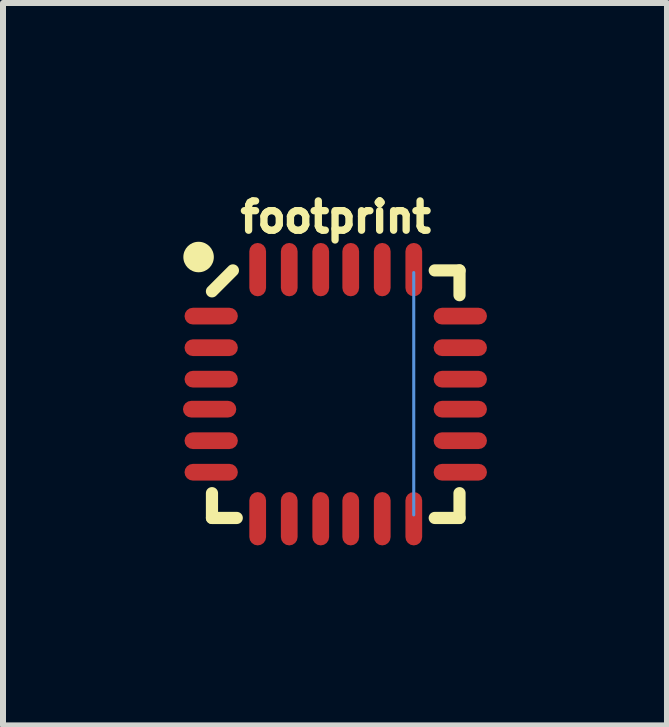
<source format=kicad_pcb>
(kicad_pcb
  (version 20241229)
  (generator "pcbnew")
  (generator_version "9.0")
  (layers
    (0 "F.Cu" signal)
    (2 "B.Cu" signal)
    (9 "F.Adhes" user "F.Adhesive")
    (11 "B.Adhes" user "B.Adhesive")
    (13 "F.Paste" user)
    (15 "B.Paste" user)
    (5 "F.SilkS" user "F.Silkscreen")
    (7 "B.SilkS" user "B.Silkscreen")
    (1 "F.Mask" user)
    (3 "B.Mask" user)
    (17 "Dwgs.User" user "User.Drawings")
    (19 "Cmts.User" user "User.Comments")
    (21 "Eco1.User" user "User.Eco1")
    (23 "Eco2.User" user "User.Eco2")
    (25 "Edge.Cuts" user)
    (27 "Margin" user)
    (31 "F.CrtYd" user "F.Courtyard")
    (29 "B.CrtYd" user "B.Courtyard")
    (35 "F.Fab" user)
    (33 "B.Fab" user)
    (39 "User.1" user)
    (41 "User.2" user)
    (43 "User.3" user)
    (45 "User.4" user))
  (footprint "footprint"
    (layer "F.Cu")
    (at 2.546 3.52)
    (property "Reference" "footprint" (at 0 -2.667 0) (layer "F.SilkS") (effects (font (size 0.488 0.488) (thickness 0.122)) (justify bottom)))
    (fp_line (start -2.063 2.063) (end -2.063 1.65) (stroke (width 0.203) (type solid)) (layer "F.SilkS"))
    (fp_line (start -1.714 -2.063) (end -2.063 -1.714) (stroke (width 0.203) (type solid)) (layer "F.SilkS"))
    (fp_line (start -1.65 2.063) (end -2.063 2.063) (stroke (width 0.203) (type solid)) (layer "F.SilkS"))
    (fp_line (start 1.65 2.063) (end 2.063 2.063) (stroke (width 0.203) (type solid)) (layer "F.SilkS"))
    (fp_line (start 2.063 -2.063) (end 1.65 -2.063) (stroke (width 0.203) (type solid)) (layer "F.SilkS"))
    (fp_line (start 2.063 -1.65) (end 2.063 -2.063) (stroke (width 0.203) (type solid)) (layer "F.SilkS"))
    (fp_line (start 2.063 1.65) (end 2.063 2.063) (stroke (width 0.203) (type solid)) (layer "F.SilkS"))
    (fp_circle (center -2.286 -2.286) (end -2.159 -2.286) (stroke (width 0.254) (type solid)) (fill yes) (layer "F.SilkS"))
    (fp_line (start 1.3 -2.027) (end 1.3 2.012) (stroke (width 0.051) (type solid)) (layer "Cmts.User"))
    (pad "1" smd roundrect (at -2.076 -1.301 180) (size 0.889 0.279) (layers "F.Cu" "F.Mask" "F.Paste") (roundrect_rratio 0.5))
    (pad "2" smd roundrect (at -2.076 -0.775 180) (size 0.889 0.279) (layers "F.Cu" "F.Mask" "F.Paste") (roundrect_rratio 0.5))
    (pad "3" smd roundrect (at -2.076 -0.25 180) (size 0.889 0.279) (layers "F.Cu" "F.Mask" "F.Paste") (roundrect_rratio 0.5))
    (pad "4" smd roundrect (at -2.102 0.25 180) (size 0.889 0.279) (layers "F.Cu" "F.Mask" "F.Paste") (roundrect_rratio 0.5))
    (pad "5" smd roundrect (at -2.076 0.775 180) (size 0.889 0.279) (layers "F.Cu" "F.Mask" "F.Paste") (roundrect_rratio 0.5))
    (pad "6" smd roundrect (at -2.076 1.301 180) (size 0.889 0.279) (layers "F.Cu" "F.Mask" "F.Paste") (roundrect_rratio 0.5))
    (pad "7" smd roundrect (at -1.301 2.076 90) (size 0.889 0.279) (layers "F.Cu" "F.Mask" "F.Paste") (roundrect_rratio 0.5))
    (pad "8" smd roundrect (at -0.775 2.076 90) (size 0.889 0.279) (layers "F.Cu" "F.Mask" "F.Paste") (roundrect_rratio 0.5))
    (pad "9" smd roundrect (at -0.25 2.076 90) (size 0.889 0.279) (layers "F.Cu" "F.Mask" "F.Paste") (roundrect_rratio 0.5))
    (pad "10" smd roundrect (at 0.25 2.076 90) (size 0.889 0.279) (layers "F.Cu" "F.Mask" "F.Paste") (roundrect_rratio 0.5))
    (pad "11" smd roundrect (at 0.775 2.076 90) (size 0.889 0.279) (layers "F.Cu" "F.Mask" "F.Paste") (roundrect_rratio 0.5))
    (pad "12" smd roundrect (at 1.301 2.076 90) (size 0.889 0.279) (layers "F.Cu" "F.Mask" "F.Paste") (roundrect_rratio 0.5))
    (pad "13" smd roundrect (at 2.076 1.301) (size 0.889 0.279) (layers "F.Cu" "F.Mask" "F.Paste") (roundrect_rratio 0.5))
    (pad "14" smd roundrect (at 2.076 0.775) (size 0.889 0.279) (layers "F.Cu" "F.Mask" "F.Paste") (roundrect_rratio 0.5))
    (pad "15" smd roundrect (at 2.076 0.25) (size 0.889 0.279) (layers "F.Cu" "F.Mask" "F.Paste") (roundrect_rratio 0.5))
    (pad "16" smd roundrect (at 2.076 -0.25) (size 0.889 0.279) (layers "F.Cu" "F.Mask" "F.Paste") (roundrect_rratio 0.5))
    (pad "17" smd roundrect (at 2.076 -0.775) (size 0.889 0.279) (layers "F.Cu" "F.Mask" "F.Paste") (roundrect_rratio 0.5))
    (pad "18" smd roundrect (at 2.076 -1.301) (size 0.889 0.279) (layers "F.Cu" "F.Mask" "F.Paste") (roundrect_rratio 0.5))
    (pad "19" smd roundrect (at 1.301 -2.076 270) (size 0.889 0.279) (layers "F.Cu" "F.Mask" "F.Paste") (roundrect_rratio 0.5))
    (pad "20" smd roundrect (at 0.775 -2.076 270) (size 0.889 0.279) (layers "F.Cu" "F.Mask" "F.Paste") (roundrect_rratio 0.5))
    (pad "21" smd roundrect (at 0.25 -2.076 270) (size 0.889 0.279) (layers "F.Cu" "F.Mask" "F.Paste") (roundrect_rratio 0.5))
    (pad "22" smd roundrect (at -0.25 -2.076 270) (size 0.889 0.279) (layers "F.Cu" "F.Mask" "F.Paste") (roundrect_rratio 0.5))
    (pad "23" smd roundrect (at -0.775 -2.076 270) (size 0.889 0.279) (layers "F.Cu" "F.Mask" "F.Paste") (roundrect_rratio 0.5))
    (pad "24" smd roundrect (at -1.301 -2.076 270) (size 0.889 0.279) (layers "F.Cu" "F.Mask" "F.Paste") (roundrect_rratio 0.5)))
  (gr_rect
    (start -3 -3)
    (end 8.067 9.041)
    (stroke (width 0.1) (type default))
    (fill no)
    (layer "Edge.Cuts")))
</source>
